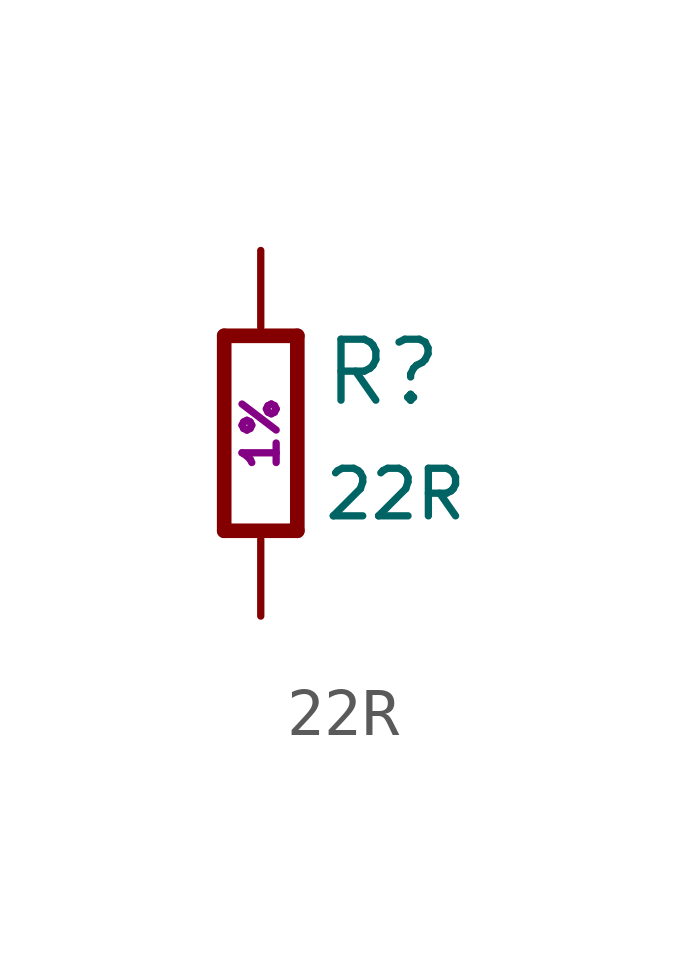
<source format=kicad_sym>
(kicad_symbol_lib
  (version 20211014)
  (generator kicad_symbol_editor)
  (symbol "22R"
    (pin_numbers hide)
    (pin_names
      (offset 0.254) hide)
    (property "Reference" "R"
      (at 1.27 1.27 0)
      (effects (font (size 1.27 1.27)) (justify left)))
    (property "Value" "22R"
      (at 1.27 -1.27 0)
      (effects (font (size 0.991 0.991)) (justify left)))
    (property "Tolerance" "1%"
      (at 0 0 90)
      (effects (font (size 0.711 0.711))))
    (symbol "22R_1_1"
      (polyline (pts (xy -0.762 -2.032) (xy -0.762 2.032)) (stroke (width 0.305) (type default) (color 0 0 0 0)) (fill (type outline)))
      (polyline (pts (xy 0.762 -2.032) (xy -0.762 -2.032)) (stroke (width 0.305) (type default) (color 0 0 0 0)) (fill (type outline)))
      (polyline (pts (xy 0.762 -2.032) (xy 0.762 2.032)) (stroke (width 0.305) (type default) (color 0 0 0 0)) (fill (type outline)))
      (polyline (pts (xy 0.762 2.032) (xy -0.762 2.032)) (stroke (width 0.305) (type default) (color 0 0 0 0)) (fill (type outline)))
      (pin passive line (at 0 3.81 270) (length 1.6) (name "~" (effects (font (size 1.27 1.27)))) (number "1" (effects (font (size 1.27 1.27)))))
      (pin passive line (at 0 -3.81 90) (length 1.6) (name "~" (effects (font (size 1.27 1.27)))) (number "2" (effects (font (size 1.27 1.27))))))))
</source>
